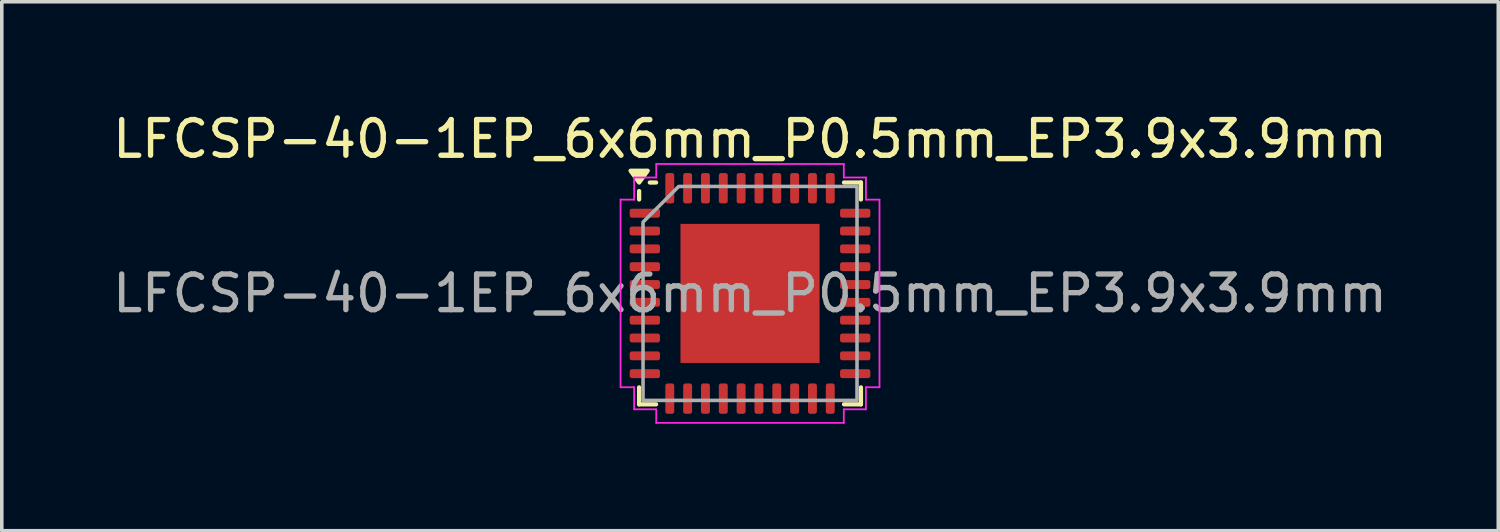
<source format=kicad_pcb>
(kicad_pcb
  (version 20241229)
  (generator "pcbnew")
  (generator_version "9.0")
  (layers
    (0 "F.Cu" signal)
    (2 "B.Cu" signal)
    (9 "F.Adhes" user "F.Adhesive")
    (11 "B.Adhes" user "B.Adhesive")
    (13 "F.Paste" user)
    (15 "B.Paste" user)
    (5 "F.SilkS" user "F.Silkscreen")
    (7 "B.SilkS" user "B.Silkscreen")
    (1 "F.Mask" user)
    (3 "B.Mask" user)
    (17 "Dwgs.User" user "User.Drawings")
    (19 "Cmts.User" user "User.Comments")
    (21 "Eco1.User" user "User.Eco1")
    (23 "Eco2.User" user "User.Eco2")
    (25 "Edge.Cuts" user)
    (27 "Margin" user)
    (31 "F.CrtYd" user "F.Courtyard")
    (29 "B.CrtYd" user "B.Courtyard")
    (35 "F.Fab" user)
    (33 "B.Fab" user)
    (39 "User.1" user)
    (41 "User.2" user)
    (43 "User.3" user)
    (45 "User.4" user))
  (footprint "LFCSP-40-1EP_6x6mm_P0.5mm_EP3.9x3.9mm"
    (layer "F.Cu")
    (at 17.982 5.178)
    (property "Reference" "LFCSP-40-1EP_6x6mm_P0.5mm_EP3.9x3.9mm" (at 0 -4.33 0) (layer "F.SilkS") (effects (font (size 1 1) (thickness 0.15))))
    (attr smd)
    (fp_line (start -3.11 -2.635) (end -3.11 -2.87) (stroke (width 0.12) (type solid)) (layer "F.SilkS"))
    (fp_line (start -3.11 3.11) (end -3.11 2.635) (stroke (width 0.12) (type solid)) (layer "F.SilkS"))
    (fp_line (start -2.635 -3.11) (end -2.81 -3.11) (stroke (width 0.12) (type solid)) (layer "F.SilkS"))
    (fp_line (start -2.635 3.11) (end -3.11 3.11) (stroke (width 0.12) (type solid)) (layer "F.SilkS"))
    (fp_line (start 2.635 -3.11) (end 3.11 -3.11) (stroke (width 0.12) (type solid)) (layer "F.SilkS"))
    (fp_line (start 2.635 3.11) (end 3.11 3.11) (stroke (width 0.12) (type solid)) (layer "F.SilkS"))
    (fp_line (start 3.11 -3.11) (end 3.11 -2.635) (stroke (width 0.12) (type solid)) (layer "F.SilkS"))
    (fp_line (start 3.11 3.11) (end 3.11 2.635) (stroke (width 0.12) (type solid)) (layer "F.SilkS"))
    (fp_poly (pts (xy -3.11 -3.11) (xy -3.35 -3.44) (xy -2.87 -3.44)) (stroke (width 0.12) (type solid)) (fill yes) (layer "F.SilkS"))
    (fp_line (start -3.63 -2.63) (end -3.25 -2.63) (stroke (width 0.05) (type solid)) (layer "F.CrtYd"))
    (fp_line (start -3.63 2.63) (end -3.63 -2.63) (stroke (width 0.05) (type solid)) (layer "F.CrtYd"))
    (fp_line (start -3.25 -3.25) (end -2.63 -3.25) (stroke (width 0.05) (type solid)) (layer "F.CrtYd"))
    (fp_line (start -3.25 -2.63) (end -3.25 -3.25) (stroke (width 0.05) (type solid)) (layer "F.CrtYd"))
    (fp_line (start -3.25 2.63) (end -3.63 2.63) (stroke (width 0.05) (type solid)) (layer "F.CrtYd"))
    (fp_line (start -3.25 3.25) (end -3.25 2.63) (stroke (width 0.05) (type solid)) (layer "F.CrtYd"))
    (fp_line (start -2.63 -3.63) (end 2.63 -3.63) (stroke (width 0.05) (type solid)) (layer "F.CrtYd"))
    (fp_line (start -2.63 -3.25) (end -2.63 -3.63) (stroke (width 0.05) (type solid)) (layer "F.CrtYd"))
    (fp_line (start -2.63 3.25) (end -3.25 3.25) (stroke (width 0.05) (type solid)) (layer "F.CrtYd"))
    (fp_line (start -2.63 3.63) (end -2.63 3.25) (stroke (width 0.05) (type solid)) (layer "F.CrtYd"))
    (fp_line (start 2.63 -3.63) (end 2.63 -3.25) (stroke (width 0.05) (type solid)) (layer "F.CrtYd"))
    (fp_line (start 2.63 -3.25) (end 3.25 -3.25) (stroke (width 0.05) (type solid)) (layer "F.CrtYd"))
    (fp_line (start 2.63 3.25) (end 2.63 3.63) (stroke (width 0.05) (type solid)) (layer "F.CrtYd"))
    (fp_line (start 2.63 3.63) (end -2.63 3.63) (stroke (width 0.05) (type solid)) (layer "F.CrtYd"))
    (fp_line (start 3.25 -3.25) (end 3.25 -2.63) (stroke (width 0.05) (type solid)) (layer "F.CrtYd"))
    (fp_line (start 3.25 -2.63) (end 3.63 -2.63) (stroke (width 0.05) (type solid)) (layer "F.CrtYd"))
    (fp_line (start 3.25 2.63) (end 3.25 3.25) (stroke (width 0.05) (type solid)) (layer "F.CrtYd"))
    (fp_line (start 3.25 3.25) (end 2.63 3.25) (stroke (width 0.05) (type solid)) (layer "F.CrtYd"))
    (fp_line (start 3.63 -2.63) (end 3.63 2.63) (stroke (width 0.05) (type solid)) (layer "F.CrtYd"))
    (fp_line (start 3.63 2.63) (end 3.25 2.63) (stroke (width 0.05) (type solid)) (layer "F.CrtYd"))
    (fp_poly (pts (xy -3 -2) (xy -3 3) (xy 3 3) (xy 3 -3) (xy -2 -3)) (stroke (width 0.1) (type solid)) (fill no) (layer "F.Fab"))
    (fp_text user "${REFERENCE}" (at 0 0 0) (layer "F.Fab") (effects (font (size 1 1) (thickness 0.15))))
    (pad "" smd roundrect (at -0.975 -0.975) (size 1.57 1.57) (layers "F.Paste") (roundrect_rratio 0.159))
    (pad "" smd roundrect (at -0.975 0.975) (size 1.57 1.57) (layers "F.Paste") (roundrect_rratio 0.159))
    (pad "" smd roundrect (at 0.975 -0.975) (size 1.57 1.57) (layers "F.Paste") (roundrect_rratio 0.159))
    (pad "" smd roundrect (at 0.975 0.975) (size 1.57 1.57) (layers "F.Paste") (roundrect_rratio 0.159))
    (pad "1" smd roundrect (at -2.95 -2.25) (size 0.85 0.25) (layers "F.Cu" "F.Mask" "F.Paste") (roundrect_rratio 0.25))
    (pad "2" smd roundrect (at -2.95 -1.75) (size 0.85 0.25) (layers "F.Cu" "F.Mask" "F.Paste") (roundrect_rratio 0.25))
    (pad "3" smd roundrect (at -2.95 -1.25) (size 0.85 0.25) (layers "F.Cu" "F.Mask" "F.Paste") (roundrect_rratio 0.25))
    (pad "4" smd roundrect (at -2.95 -0.75) (size 0.85 0.25) (layers "F.Cu" "F.Mask" "F.Paste") (roundrect_rratio 0.25))
    (pad "5" smd roundrect (at -2.95 -0.25) (size 0.85 0.25) (layers "F.Cu" "F.Mask" "F.Paste") (roundrect_rratio 0.25))
    (pad "6" smd roundrect (at -2.95 0.25) (size 0.85 0.25) (layers "F.Cu" "F.Mask" "F.Paste") (roundrect_rratio 0.25))
    (pad "7" smd roundrect (at -2.95 0.75) (size 0.85 0.25) (layers "F.Cu" "F.Mask" "F.Paste") (roundrect_rratio 0.25))
    (pad "8" smd roundrect (at -2.95 1.25) (size 0.85 0.25) (layers "F.Cu" "F.Mask" "F.Paste") (roundrect_rratio 0.25))
    (pad "9" smd roundrect (at -2.95 1.75) (size 0.85 0.25) (layers "F.Cu" "F.Mask" "F.Paste") (roundrect_rratio 0.25))
    (pad "10" smd roundrect (at -2.95 2.25) (size 0.85 0.25) (layers "F.Cu" "F.Mask" "F.Paste") (roundrect_rratio 0.25))
    (pad "11" smd roundrect (at -2.25 2.95) (size 0.25 0.85) (layers "F.Cu" "F.Mask" "F.Paste") (roundrect_rratio 0.25))
    (pad "12" smd roundrect (at -1.75 2.95) (size 0.25 0.85) (layers "F.Cu" "F.Mask" "F.Paste") (roundrect_rratio 0.25))
    (pad "13" smd roundrect (at -1.25 2.95) (size 0.25 0.85) (layers "F.Cu" "F.Mask" "F.Paste") (roundrect_rratio 0.25))
    (pad "14" smd roundrect (at -0.75 2.95) (size 0.25 0.85) (layers "F.Cu" "F.Mask" "F.Paste") (roundrect_rratio 0.25))
    (pad "15" smd roundrect (at -0.25 2.95) (size 0.25 0.85) (layers "F.Cu" "F.Mask" "F.Paste") (roundrect_rratio 0.25))
    (pad "16" smd roundrect (at 0.25 2.95) (size 0.25 0.85) (layers "F.Cu" "F.Mask" "F.Paste") (roundrect_rratio 0.25))
    (pad "17" smd roundrect (at 0.75 2.95) (size 0.25 0.85) (layers "F.Cu" "F.Mask" "F.Paste") (roundrect_rratio 0.25))
    (pad "18" smd roundrect (at 1.25 2.95) (size 0.25 0.85) (layers "F.Cu" "F.Mask" "F.Paste") (roundrect_rratio 0.25))
    (pad "19" smd roundrect (at 1.75 2.95) (size 0.25 0.85) (layers "F.Cu" "F.Mask" "F.Paste") (roundrect_rratio 0.25))
    (pad "20" smd roundrect (at 2.25 2.95) (size 0.25 0.85) (layers "F.Cu" "F.Mask" "F.Paste") (roundrect_rratio 0.25))
    (pad "21" smd roundrect (at 2.95 2.25) (size 0.85 0.25) (layers "F.Cu" "F.Mask" "F.Paste") (roundrect_rratio 0.25))
    (pad "22" smd roundrect (at 2.95 1.75) (size 0.85 0.25) (layers "F.Cu" "F.Mask" "F.Paste") (roundrect_rratio 0.25))
    (pad "23" smd roundrect (at 2.95 1.25) (size 0.85 0.25) (layers "F.Cu" "F.Mask" "F.Paste") (roundrect_rratio 0.25))
    (pad "24" smd roundrect (at 2.95 0.75) (size 0.85 0.25) (layers "F.Cu" "F.Mask" "F.Paste") (roundrect_rratio 0.25))
    (pad "25" smd roundrect (at 2.95 0.25) (size 0.85 0.25) (layers "F.Cu" "F.Mask" "F.Paste") (roundrect_rratio 0.25))
    (pad "26" smd roundrect (at 2.95 -0.25) (size 0.85 0.25) (layers "F.Cu" "F.Mask" "F.Paste") (roundrect_rratio 0.25))
    (pad "27" smd roundrect (at 2.95 -0.75) (size 0.85 0.25) (layers "F.Cu" "F.Mask" "F.Paste") (roundrect_rratio 0.25))
    (pad "28" smd roundrect (at 2.95 -1.25) (size 0.85 0.25) (layers "F.Cu" "F.Mask" "F.Paste") (roundrect_rratio 0.25))
    (pad "29" smd roundrect (at 2.95 -1.75) (size 0.85 0.25) (layers "F.Cu" "F.Mask" "F.Paste") (roundrect_rratio 0.25))
    (pad "30" smd roundrect (at 2.95 -2.25) (size 0.85 0.25) (layers "F.Cu" "F.Mask" "F.Paste") (roundrect_rratio 0.25))
    (pad "31" smd roundrect (at 2.25 -2.95) (size 0.25 0.85) (layers "F.Cu" "F.Mask" "F.Paste") (roundrect_rratio 0.25))
    (pad "32" smd roundrect (at 1.75 -2.95) (size 0.25 0.85) (layers "F.Cu" "F.Mask" "F.Paste") (roundrect_rratio 0.25))
    (pad "33" smd roundrect (at 1.25 -2.95) (size 0.25 0.85) (layers "F.Cu" "F.Mask" "F.Paste") (roundrect_rratio 0.25))
    (pad "34" smd roundrect (at 0.75 -2.95) (size 0.25 0.85) (layers "F.Cu" "F.Mask" "F.Paste") (roundrect_rratio 0.25))
    (pad "35" smd roundrect (at 0.25 -2.95) (size 0.25 0.85) (layers "F.Cu" "F.Mask" "F.Paste") (roundrect_rratio 0.25))
    (pad "36" smd roundrect (at -0.25 -2.95) (size 0.25 0.85) (layers "F.Cu" "F.Mask" "F.Paste") (roundrect_rratio 0.25))
    (pad "37" smd roundrect (at -0.75 -2.95) (size 0.25 0.85) (layers "F.Cu" "F.Mask" "F.Paste") (roundrect_rratio 0.25))
    (pad "38" smd roundrect (at -1.25 -2.95) (size 0.25 0.85) (layers "F.Cu" "F.Mask" "F.Paste") (roundrect_rratio 0.25))
    (pad "39" smd roundrect (at -1.75 -2.95) (size 0.25 0.85) (layers "F.Cu" "F.Mask" "F.Paste") (roundrect_rratio 0.25))
    (pad "40" smd roundrect (at -2.25 -2.95) (size 0.25 0.85) (layers "F.Cu" "F.Mask" "F.Paste") (roundrect_rratio 0.25))
    (pad "41" smd rect (at 0 0) (size 3.9 3.9) (property pad_prop_heatsink) (layers "F.Cu" "F.Mask")))
  (gr_rect
    (start -3 -3)
    (end 38.964 11.833)
    (stroke (width 0.1) (type default))
    (fill no)
    (layer "Edge.Cuts")))
</source>
